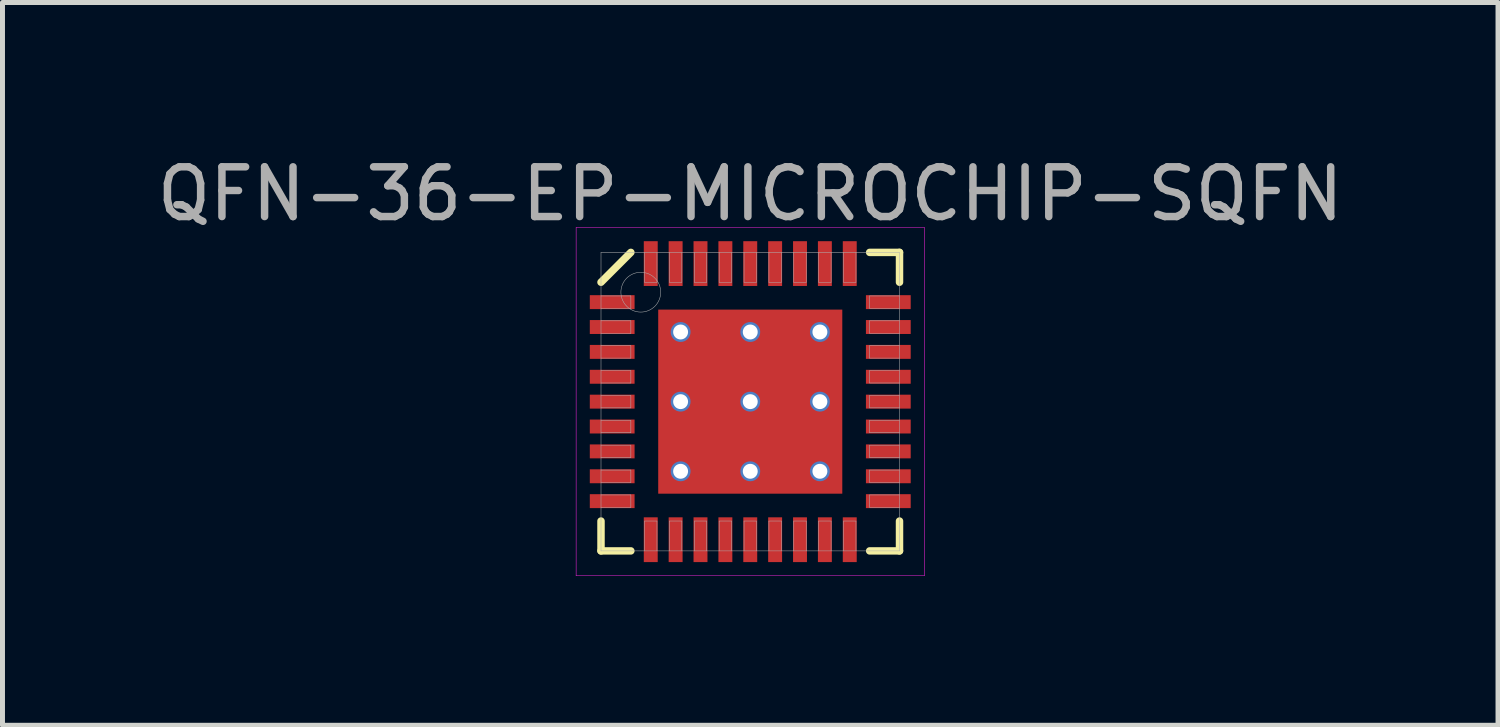
<source format=kicad_pcb>
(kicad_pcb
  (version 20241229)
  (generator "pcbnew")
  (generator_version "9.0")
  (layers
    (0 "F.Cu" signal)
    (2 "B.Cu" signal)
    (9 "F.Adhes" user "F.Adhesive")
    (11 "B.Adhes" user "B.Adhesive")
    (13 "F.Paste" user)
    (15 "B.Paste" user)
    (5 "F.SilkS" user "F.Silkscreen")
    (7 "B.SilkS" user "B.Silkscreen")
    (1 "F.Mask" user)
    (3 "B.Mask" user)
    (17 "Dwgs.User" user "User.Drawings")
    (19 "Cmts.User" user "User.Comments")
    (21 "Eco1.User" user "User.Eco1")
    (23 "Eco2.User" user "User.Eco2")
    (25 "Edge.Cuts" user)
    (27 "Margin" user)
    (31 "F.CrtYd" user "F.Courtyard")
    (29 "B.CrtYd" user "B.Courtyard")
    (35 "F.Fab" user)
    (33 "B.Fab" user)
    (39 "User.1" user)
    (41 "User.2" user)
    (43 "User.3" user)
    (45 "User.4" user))
  (footprint "QFN-36-EP-MICROCHIP-SQFN"
    (layer "F.Cu")
    (at 12.03 5.023)
    (property "Reference" "QFN-36-EP-MICROCHIP-SQFN" (at 0 -4.175 0) (layer "F.Fab") (effects (font (size 1 1) (thickness 0.15))))
    (attr smd)
    (fp_line (start -3 -2.4) (end -2.4 -3) (stroke (width 0.15) (type solid)) (layer "F.SilkS"))
    (fp_line (start -3 3) (end -3 2.4) (stroke (width 0.15) (type solid)) (layer "F.SilkS"))
    (fp_line (start -2.4 3) (end -3 3) (stroke (width 0.15) (type solid)) (layer "F.SilkS"))
    (fp_line (start 2.4 -3) (end 3 -3) (stroke (width 0.15) (type solid)) (layer "F.SilkS"))
    (fp_line (start 2.4 3) (end 3 3) (stroke (width 0.15) (type solid)) (layer "F.SilkS"))
    (fp_line (start 3 -3) (end 3 -2.4) (stroke (width 0.15) (type solid)) (layer "F.SilkS"))
    (fp_line (start 3 3) (end 3 2.4) (stroke (width 0.15) (type solid)) (layer "F.SilkS"))
    (fp_line (start -3.5 -3.5) (end 3.5 -3.5) (stroke (width 0.01) (type solid)) (layer "F.CrtYd"))
    (fp_line (start -3.5 3.5) (end -3.5 -3.5) (stroke (width 0.01) (type solid)) (layer "F.CrtYd"))
    (fp_line (start 3.5 -3.5) (end 3.5 3.5) (stroke (width 0.01) (type solid)) (layer "F.CrtYd"))
    (fp_line (start 3.5 3.5) (end -3.5 3.5) (stroke (width 0.01) (type solid)) (layer "F.CrtYd"))
    (fp_line (start -3 -3) (end 3 -3) (stroke (width 0.01) (type solid)) (layer "F.Fab"))
    (fp_line (start -3 -1.875) (end -2.4 -1.875) (stroke (width 0.01) (type solid)) (layer "F.Fab"))
    (fp_line (start -3 -1.375) (end -2.4 -1.375) (stroke (width 0.01) (type solid)) (layer "F.Fab"))
    (fp_line (start -3 -0.875) (end -2.4 -0.875) (stroke (width 0.01) (type solid)) (layer "F.Fab"))
    (fp_line (start -3 -0.375) (end -2.4 -0.375) (stroke (width 0.01) (type solid)) (layer "F.Fab"))
    (fp_line (start -3 0.125) (end -2.4 0.125) (stroke (width 0.01) (type solid)) (layer "F.Fab"))
    (fp_line (start -3 0.625) (end -2.4 0.625) (stroke (width 0.01) (type solid)) (layer "F.Fab"))
    (fp_line (start -3 1.125) (end -2.4 1.125) (stroke (width 0.01) (type solid)) (layer "F.Fab"))
    (fp_line (start -3 1.625) (end -2.4 1.625) (stroke (width 0.01) (type solid)) (layer "F.Fab"))
    (fp_line (start -3 2.125) (end -2.4 2.125) (stroke (width 0.01) (type solid)) (layer "F.Fab"))
    (fp_line (start -3 3) (end -3 -3) (stroke (width 0.01) (type solid)) (layer "F.Fab"))
    (fp_line (start -2.4 -2.125) (end -3 -2.125) (stroke (width 0.01) (type solid)) (layer "F.Fab"))
    (fp_line (start -2.4 -1.875) (end -2.4 -2.125) (stroke (width 0.01) (type solid)) (layer "F.Fab"))
    (fp_line (start -2.4 -1.625) (end -3 -1.625) (stroke (width 0.01) (type solid)) (layer "F.Fab"))
    (fp_line (start -2.4 -1.375) (end -2.4 -1.625) (stroke (width 0.01) (type solid)) (layer "F.Fab"))
    (fp_line (start -2.4 -1.125) (end -3 -1.125) (stroke (width 0.01) (type solid)) (layer "F.Fab"))
    (fp_line (start -2.4 -0.875) (end -2.4 -1.125) (stroke (width 0.01) (type solid)) (layer "F.Fab"))
    (fp_line (start -2.4 -0.625) (end -3 -0.625) (stroke (width 0.01) (type solid)) (layer "F.Fab"))
    (fp_line (start -2.4 -0.375) (end -2.4 -0.625) (stroke (width 0.01) (type solid)) (layer "F.Fab"))
    (fp_line (start -2.4 -0.125) (end -3 -0.125) (stroke (width 0.01) (type solid)) (layer "F.Fab"))
    (fp_line (start -2.4 0.125) (end -2.4 -0.125) (stroke (width 0.01) (type solid)) (layer "F.Fab"))
    (fp_line (start -2.4 0.375) (end -3 0.375) (stroke (width 0.01) (type solid)) (layer "F.Fab"))
    (fp_line (start -2.4 0.625) (end -2.4 0.375) (stroke (width 0.01) (type solid)) (layer "F.Fab"))
    (fp_line (start -2.4 0.875) (end -3 0.875) (stroke (width 0.01) (type solid)) (layer "F.Fab"))
    (fp_line (start -2.4 1.125) (end -2.4 0.875) (stroke (width 0.01) (type solid)) (layer "F.Fab"))
    (fp_line (start -2.4 1.375) (end -3 1.375) (stroke (width 0.01) (type solid)) (layer "F.Fab"))
    (fp_line (start -2.4 1.625) (end -2.4 1.375) (stroke (width 0.01) (type solid)) (layer "F.Fab"))
    (fp_line (start -2.4 1.875) (end -3 1.875) (stroke (width 0.01) (type solid)) (layer "F.Fab"))
    (fp_line (start -2.4 2.125) (end -2.4 1.875) (stroke (width 0.01) (type solid)) (layer "F.Fab"))
    (fp_line (start -2.125 -3) (end -2.125 -2.4) (stroke (width 0.01) (type solid)) (layer "F.Fab"))
    (fp_line (start -2.125 -2.4) (end -1.875 -2.4) (stroke (width 0.01) (type solid)) (layer "F.Fab"))
    (fp_line (start -2.125 2.4) (end -2.125 3) (stroke (width 0.01) (type solid)) (layer "F.Fab"))
    (fp_line (start -1.875 -2.4) (end -1.875 -3) (stroke (width 0.01) (type solid)) (layer "F.Fab"))
    (fp_line (start -1.875 2.4) (end -2.125 2.4) (stroke (width 0.01) (type solid)) (layer "F.Fab"))
    (fp_line (start -1.875 3) (end -1.875 2.4) (stroke (width 0.01) (type solid)) (layer "F.Fab"))
    (fp_line (start -1.625 -3) (end -1.625 -2.4) (stroke (width 0.01) (type solid)) (layer "F.Fab"))
    (fp_line (start -1.625 -2.4) (end -1.375 -2.4) (stroke (width 0.01) (type solid)) (layer "F.Fab"))
    (fp_line (start -1.625 2.4) (end -1.625 3) (stroke (width 0.01) (type solid)) (layer "F.Fab"))
    (fp_line (start -1.375 -2.4) (end -1.375 -3) (stroke (width 0.01) (type solid)) (layer "F.Fab"))
    (fp_line (start -1.375 2.4) (end -1.625 2.4) (stroke (width 0.01) (type solid)) (layer "F.Fab"))
    (fp_line (start -1.375 3) (end -1.375 2.4) (stroke (width 0.01) (type solid)) (layer "F.Fab"))
    (fp_line (start -1.125 -3) (end -1.125 -2.4) (stroke (width 0.01) (type solid)) (layer "F.Fab"))
    (fp_line (start -1.125 -2.4) (end -0.875 -2.4) (stroke (width 0.01) (type solid)) (layer "F.Fab"))
    (fp_line (start -1.125 2.4) (end -1.125 3) (stroke (width 0.01) (type solid)) (layer "F.Fab"))
    (fp_line (start -0.875 -2.4) (end -0.875 -3) (stroke (width 0.01) (type solid)) (layer "F.Fab"))
    (fp_line (start -0.875 2.4) (end -1.125 2.4) (stroke (width 0.01) (type solid)) (layer "F.Fab"))
    (fp_line (start -0.875 3) (end -0.875 2.4) (stroke (width 0.01) (type solid)) (layer "F.Fab"))
    (fp_line (start -0.625 -3) (end -0.625 -2.4) (stroke (width 0.01) (type solid)) (layer "F.Fab"))
    (fp_line (start -0.625 -2.4) (end -0.375 -2.4) (stroke (width 0.01) (type solid)) (layer "F.Fab"))
    (fp_line (start -0.625 2.4) (end -0.625 3) (stroke (width 0.01) (type solid)) (layer "F.Fab"))
    (fp_line (start -0.375 -2.4) (end -0.375 -3) (stroke (width 0.01) (type solid)) (layer "F.Fab"))
    (fp_line (start -0.375 2.4) (end -0.625 2.4) (stroke (width 0.01) (type solid)) (layer "F.Fab"))
    (fp_line (start -0.375 3) (end -0.375 2.4) (stroke (width 0.01) (type solid)) (layer "F.Fab"))
    (fp_line (start -0.125 -3) (end -0.125 -2.4) (stroke (width 0.01) (type solid)) (layer "F.Fab"))
    (fp_line (start -0.125 -2.4) (end 0.125 -2.4) (stroke (width 0.01) (type solid)) (layer "F.Fab"))
    (fp_line (start -0.125 2.4) (end -0.125 3) (stroke (width 0.01) (type solid)) (layer "F.Fab"))
    (fp_line (start 0.125 -2.4) (end 0.125 -3) (stroke (width 0.01) (type solid)) (layer "F.Fab"))
    (fp_line (start 0.125 2.4) (end -0.125 2.4) (stroke (width 0.01) (type solid)) (layer "F.Fab"))
    (fp_line (start 0.125 3) (end 0.125 2.4) (stroke (width 0.01) (type solid)) (layer "F.Fab"))
    (fp_line (start 0.375 -3) (end 0.375 -2.4) (stroke (width 0.01) (type solid)) (layer "F.Fab"))
    (fp_line (start 0.375 -2.4) (end 0.625 -2.4) (stroke (width 0.01) (type solid)) (layer "F.Fab"))
    (fp_line (start 0.375 2.4) (end 0.375 3) (stroke (width 0.01) (type solid)) (layer "F.Fab"))
    (fp_line (start 0.625 -2.4) (end 0.625 -3) (stroke (width 0.01) (type solid)) (layer "F.Fab"))
    (fp_line (start 0.625 2.4) (end 0.375 2.4) (stroke (width 0.01) (type solid)) (layer "F.Fab"))
    (fp_line (start 0.625 3) (end 0.625 2.4) (stroke (width 0.01) (type solid)) (layer "F.Fab"))
    (fp_line (start 0.875 -3) (end 0.875 -2.4) (stroke (width 0.01) (type solid)) (layer "F.Fab"))
    (fp_line (start 0.875 -2.4) (end 1.125 -2.4) (stroke (width 0.01) (type solid)) (layer "F.Fab"))
    (fp_line (start 0.875 2.4) (end 0.875 3) (stroke (width 0.01) (type solid)) (layer "F.Fab"))
    (fp_line (start 1.125 -2.4) (end 1.125 -3) (stroke (width 0.01) (type solid)) (layer "F.Fab"))
    (fp_line (start 1.125 2.4) (end 0.875 2.4) (stroke (width 0.01) (type solid)) (layer "F.Fab"))
    (fp_line (start 1.125 3) (end 1.125 2.4) (stroke (width 0.01) (type solid)) (layer "F.Fab"))
    (fp_line (start 1.375 -3) (end 1.375 -2.4) (stroke (width 0.01) (type solid)) (layer "F.Fab"))
    (fp_line (start 1.375 -2.4) (end 1.625 -2.4) (stroke (width 0.01) (type solid)) (layer "F.Fab"))
    (fp_line (start 1.375 2.4) (end 1.375 3) (stroke (width 0.01) (type solid)) (layer "F.Fab"))
    (fp_line (start 1.625 -2.4) (end 1.625 -3) (stroke (width 0.01) (type solid)) (layer "F.Fab"))
    (fp_line (start 1.625 2.4) (end 1.375 2.4) (stroke (width 0.01) (type solid)) (layer "F.Fab"))
    (fp_line (start 1.625 3) (end 1.625 2.4) (stroke (width 0.01) (type solid)) (layer "F.Fab"))
    (fp_line (start 1.875 -3) (end 1.875 -2.4) (stroke (width 0.01) (type solid)) (layer "F.Fab"))
    (fp_line (start 1.875 -2.4) (end 2.125 -2.4) (stroke (width 0.01) (type solid)) (layer "F.Fab"))
    (fp_line (start 1.875 2.4) (end 1.875 3) (stroke (width 0.01) (type solid)) (layer "F.Fab"))
    (fp_line (start 2.125 -2.4) (end 2.125 -3) (stroke (width 0.01) (type solid)) (layer "F.Fab"))
    (fp_line (start 2.125 2.4) (end 1.875 2.4) (stroke (width 0.01) (type solid)) (layer "F.Fab"))
    (fp_line (start 2.125 3) (end 2.125 2.4) (stroke (width 0.01) (type solid)) (layer "F.Fab"))
    (fp_line (start 2.4 -2.125) (end 2.4 -1.875) (stroke (width 0.01) (type solid)) (layer "F.Fab"))
    (fp_line (start 2.4 -1.875) (end 3 -1.875) (stroke (width 0.01) (type solid)) (layer "F.Fab"))
    (fp_line (start 2.4 -1.625) (end 2.4 -1.375) (stroke (width 0.01) (type solid)) (layer "F.Fab"))
    (fp_line (start 2.4 -1.375) (end 3 -1.375) (stroke (width 0.01) (type solid)) (layer "F.Fab"))
    (fp_line (start 2.4 -1.125) (end 2.4 -0.875) (stroke (width 0.01) (type solid)) (layer "F.Fab"))
    (fp_line (start 2.4 -0.875) (end 3 -0.875) (stroke (width 0.01) (type solid)) (layer "F.Fab"))
    (fp_line (start 2.4 -0.625) (end 2.4 -0.375) (stroke (width 0.01) (type solid)) (layer "F.Fab"))
    (fp_line (start 2.4 -0.375) (end 3 -0.375) (stroke (width 0.01) (type solid)) (layer "F.Fab"))
    (fp_line (start 2.4 -0.125) (end 2.4 0.125) (stroke (width 0.01) (type solid)) (layer "F.Fab"))
    (fp_line (start 2.4 0.125) (end 3 0.125) (stroke (width 0.01) (type solid)) (layer "F.Fab"))
    (fp_line (start 2.4 0.375) (end 2.4 0.625) (stroke (width 0.01) (type solid)) (layer "F.Fab"))
    (fp_line (start 2.4 0.625) (end 3 0.625) (stroke (width 0.01) (type solid)) (layer "F.Fab"))
    (fp_line (start 2.4 0.875) (end 2.4 1.125) (stroke (width 0.01) (type solid)) (layer "F.Fab"))
    (fp_line (start 2.4 1.125) (end 3 1.125) (stroke (width 0.01) (type solid)) (layer "F.Fab"))
    (fp_line (start 2.4 1.375) (end 2.4 1.625) (stroke (width 0.01) (type solid)) (layer "F.Fab"))
    (fp_line (start 2.4 1.625) (end 3 1.625) (stroke (width 0.01) (type solid)) (layer "F.Fab"))
    (fp_line (start 2.4 1.875) (end 2.4 2.125) (stroke (width 0.01) (type solid)) (layer "F.Fab"))
    (fp_line (start 2.4 2.125) (end 3 2.125) (stroke (width 0.01) (type solid)) (layer "F.Fab"))
    (fp_line (start 3 -3) (end 3 3) (stroke (width 0.01) (type solid)) (layer "F.Fab"))
    (fp_line (start 3 -2.125) (end 2.4 -2.125) (stroke (width 0.01) (type solid)) (layer "F.Fab"))
    (fp_line (start 3 -1.625) (end 2.4 -1.625) (stroke (width 0.01) (type solid)) (layer "F.Fab"))
    (fp_line (start 3 -1.125) (end 2.4 -1.125) (stroke (width 0.01) (type solid)) (layer "F.Fab"))
    (fp_line (start 3 -0.625) (end 2.4 -0.625) (stroke (width 0.01) (type solid)) (layer "F.Fab"))
    (fp_line (start 3 -0.125) (end 2.4 -0.125) (stroke (width 0.01) (type solid)) (layer "F.Fab"))
    (fp_line (start 3 0.375) (end 2.4 0.375) (stroke (width 0.01) (type solid)) (layer "F.Fab"))
    (fp_line (start 3 0.875) (end 2.4 0.875) (stroke (width 0.01) (type solid)) (layer "F.Fab"))
    (fp_line (start 3 1.375) (end 2.4 1.375) (stroke (width 0.01) (type solid)) (layer "F.Fab"))
    (fp_line (start 3 1.875) (end 2.4 1.875) (stroke (width 0.01) (type solid)) (layer "F.Fab"))
    (fp_line (start 3 3) (end -3 3) (stroke (width 0.01) (type solid)) (layer "F.Fab"))
    (fp_circle (center -2.2 -2.2) (end -2.2 -1.8) (stroke (width 0.01) (type solid)) (fill no) (layer "F.Fab"))
    (pad "" smd rect (at -0.8 -0.8) (size 1.3 1.3) (layers "F.Paste"))
    (pad "" smd rect (at -0.8 0.8) (size 1.3 1.3) (layers "F.Paste"))
    (pad "" smd rect (at 0 0) (size 3.7 3.7) (layers "F.Mask"))
    (pad "" smd rect (at 0.8 -0.8) (size 1.3 1.3) (layers "F.Paste"))
    (pad "" smd rect (at 0.8 0.8) (size 1.3 1.3) (layers "F.Paste"))
    (pad "1" smd rect (at -2.775 -2) (size 0.9 0.28) (layers "F.Cu" "F.Mask" "F.Paste"))
    (pad "2" smd rect (at -2.775 -1.5) (size 0.9 0.28) (layers "F.Cu" "F.Mask" "F.Paste"))
    (pad "3" smd rect (at -2.775 -1) (size 0.9 0.28) (layers "F.Cu" "F.Mask" "F.Paste"))
    (pad "4" smd rect (at -2.775 -0.5) (size 0.9 0.28) (layers "F.Cu" "F.Mask" "F.Paste"))
    (pad "5" smd rect (at -2.775 0) (size 0.9 0.28) (layers "F.Cu" "F.Mask" "F.Paste"))
    (pad "6" smd rect (at -2.775 0.5) (size 0.9 0.28) (layers "F.Cu" "F.Mask" "F.Paste"))
    (pad "7" smd rect (at -2.775 1) (size 0.9 0.28) (layers "F.Cu" "F.Mask" "F.Paste"))
    (pad "8" smd rect (at -2.775 1.5) (size 0.9 0.28) (layers "F.Cu" "F.Mask" "F.Paste"))
    (pad "9" smd rect (at -2.775 2) (size 0.9 0.28) (layers "F.Cu" "F.Mask" "F.Paste"))
    (pad "10" smd rect (at -2 2.775) (size 0.28 0.9) (layers "F.Cu" "F.Mask" "F.Paste"))
    (pad "11" smd rect (at -1.5 2.775) (size 0.28 0.9) (layers "F.Cu" "F.Mask" "F.Paste"))
    (pad "12" smd rect (at -1 2.775) (size 0.28 0.9) (layers "F.Cu" "F.Mask" "F.Paste"))
    (pad "13" smd rect (at -0.5 2.775) (size 0.28 0.9) (layers "F.Cu" "F.Mask" "F.Paste"))
    (pad "14" smd rect (at 0 2.775) (size 0.28 0.9) (layers "F.Cu" "F.Mask" "F.Paste"))
    (pad "15" smd rect (at 0.5 2.775) (size 0.28 0.9) (layers "F.Cu" "F.Mask" "F.Paste"))
    (pad "16" smd rect (at 1 2.775) (size 0.28 0.9) (layers "F.Cu" "F.Mask" "F.Paste"))
    (pad "17" smd rect (at 1.5 2.775) (size 0.28 0.9) (layers "F.Cu" "F.Mask" "F.Paste"))
    (pad "18" smd rect (at 2 2.775) (size 0.28 0.9) (layers "F.Cu" "F.Mask" "F.Paste"))
    (pad "19" smd rect (at 2.775 2) (size 0.9 0.28) (layers "F.Cu" "F.Mask" "F.Paste"))
    (pad "20" smd rect (at 2.775 1.5) (size 0.9 0.28) (layers "F.Cu" "F.Mask" "F.Paste"))
    (pad "21" smd rect (at 2.775 1) (size 0.9 0.28) (layers "F.Cu" "F.Mask" "F.Paste"))
    (pad "22" smd rect (at 2.775 0.5) (size 0.9 0.28) (layers "F.Cu" "F.Mask" "F.Paste"))
    (pad "23" smd rect (at 2.775 0) (size 0.9 0.28) (layers "F.Cu" "F.Mask" "F.Paste"))
    (pad "24" smd rect (at 2.775 -0.5) (size 0.9 0.28) (layers "F.Cu" "F.Mask" "F.Paste"))
    (pad "25" smd rect (at 2.775 -1) (size 0.9 0.28) (layers "F.Cu" "F.Mask" "F.Paste"))
    (pad "26" smd rect (at 2.775 -1.5) (size 0.9 0.28) (layers "F.Cu" "F.Mask" "F.Paste"))
    (pad "27" smd rect (at 2.775 -2) (size 0.9 0.28) (layers "F.Cu" "F.Mask" "F.Paste"))
    (pad "28" smd rect (at 2 -2.775) (size 0.28 0.9) (layers "F.Cu" "F.Mask" "F.Paste"))
    (pad "29" smd rect (at 1.5 -2.775) (size 0.28 0.9) (layers "F.Cu" "F.Mask" "F.Paste"))
    (pad "30" smd rect (at 1 -2.775) (size 0.28 0.9) (layers "F.Cu" "F.Mask" "F.Paste"))
    (pad "31" smd rect (at 0.5 -2.775) (size 0.28 0.9) (layers "F.Cu" "F.Mask" "F.Paste"))
    (pad "32" smd rect (at 0 -2.775) (size 0.28 0.9) (layers "F.Cu" "F.Mask" "F.Paste"))
    (pad "33" smd rect (at -0.5 -2.775) (size 0.28 0.9) (layers "F.Cu" "F.Mask" "F.Paste"))
    (pad "34" smd rect (at -1 -2.775) (size 0.28 0.9) (layers "F.Cu" "F.Mask" "F.Paste"))
    (pad "35" smd rect (at -1.5 -2.775) (size 0.28 0.9) (layers "F.Cu" "F.Mask" "F.Paste"))
    (pad "36" smd rect (at -2 -2.775) (size 0.28 0.9) (layers "F.Cu" "F.Mask" "F.Paste"))
    (pad "EP" thru_hole circle (at -1.4 -1.4) (size 0.4 0.4) (drill 0.3) (layers "*.Cu"))
    (pad "EP" thru_hole circle (at -1.4 0) (size 0.4 0.4) (drill 0.3) (layers "*.Cu"))
    (pad "EP" thru_hole circle (at -1.4 1.4) (size 0.4 0.4) (drill 0.3) (layers "*.Cu"))
    (pad "EP" thru_hole circle (at 0 -1.4) (size 0.4 0.4) (drill 0.3) (layers "*.Cu"))
    (pad "EP" thru_hole circle (at 0 0) (size 0.4 0.4) (drill 0.3) (layers "*.Cu"))
    (pad "EP" smd rect (at 0 0) (size 3.7 3.7) (layers "F.Cu"))
    (pad "EP" thru_hole circle (at 0 1.4) (size 0.4 0.4) (drill 0.3) (layers "*.Cu"))
    (pad "EP" thru_hole circle (at 1.4 -1.4) (size 0.4 0.4) (drill 0.3) (layers "*.Cu"))
    (pad "EP" thru_hole circle (at 1.4 0) (size 0.4 0.4) (drill 0.3) (layers "*.Cu"))
    (pad "EP" thru_hole circle (at 1.4 1.4) (size 0.4 0.4) (drill 0.3) (layers "*.Cu")))
  (gr_rect
    (start -3 -3)
    (end 27.06 11.528)
    (stroke (width 0.1) (type default))
    (fill no)
    (layer "Edge.Cuts")))
</source>
